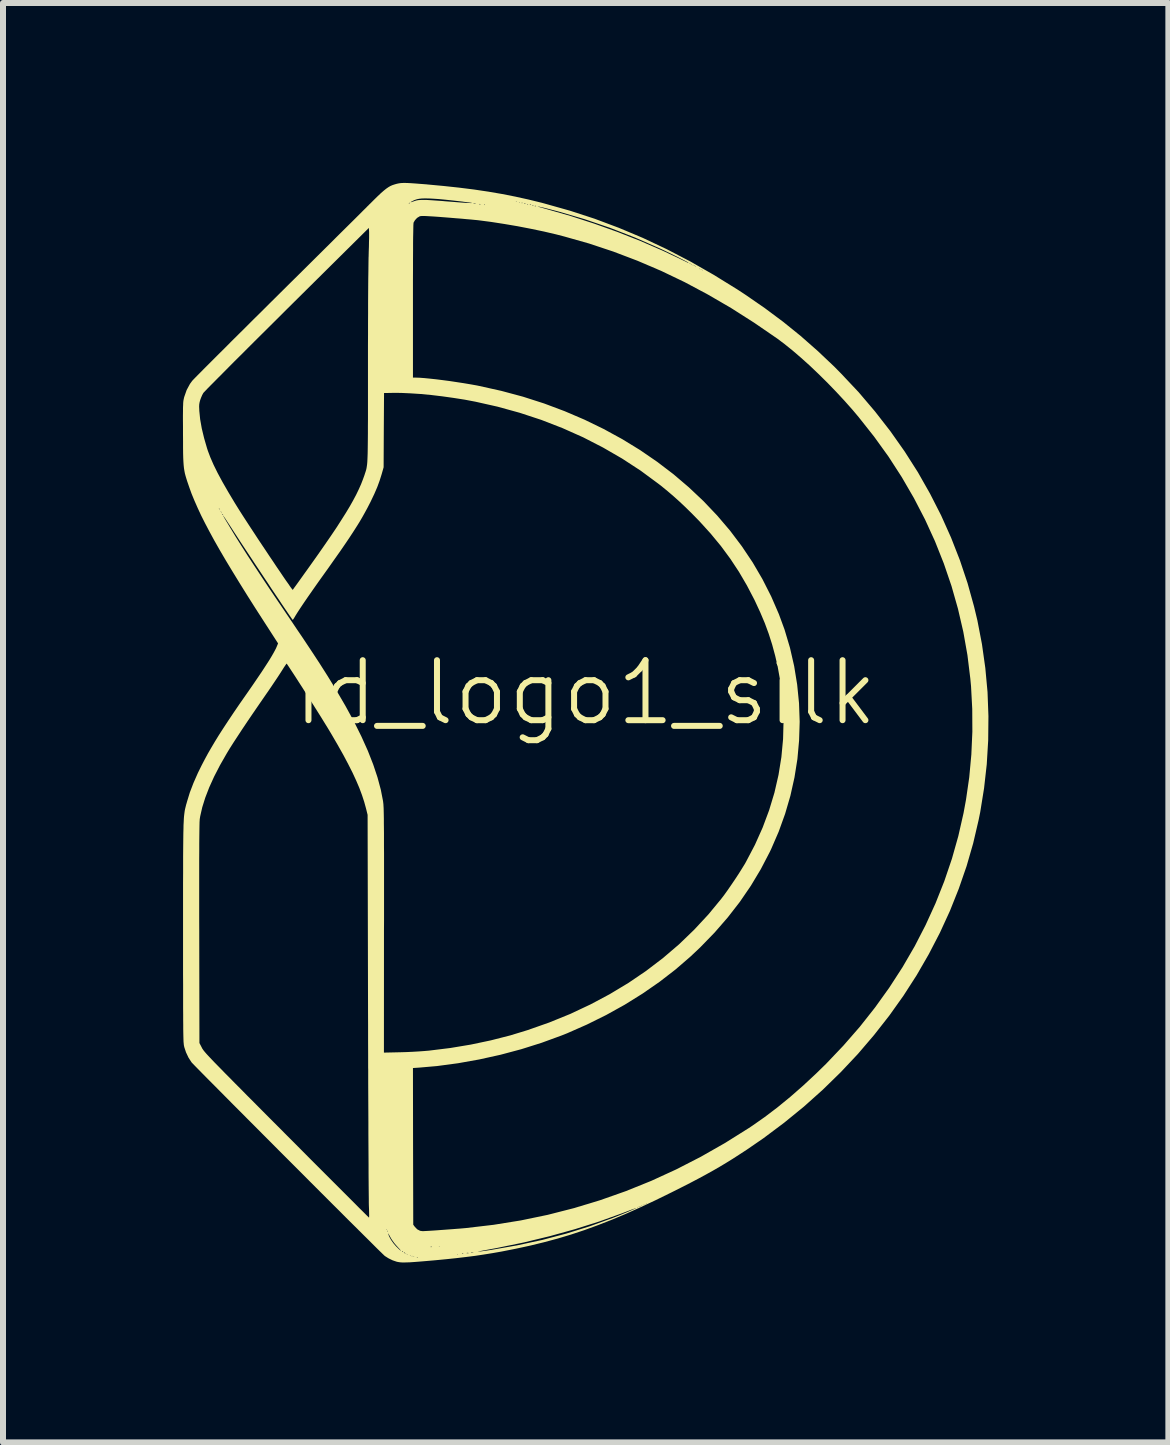
<source format=kicad_pcb>
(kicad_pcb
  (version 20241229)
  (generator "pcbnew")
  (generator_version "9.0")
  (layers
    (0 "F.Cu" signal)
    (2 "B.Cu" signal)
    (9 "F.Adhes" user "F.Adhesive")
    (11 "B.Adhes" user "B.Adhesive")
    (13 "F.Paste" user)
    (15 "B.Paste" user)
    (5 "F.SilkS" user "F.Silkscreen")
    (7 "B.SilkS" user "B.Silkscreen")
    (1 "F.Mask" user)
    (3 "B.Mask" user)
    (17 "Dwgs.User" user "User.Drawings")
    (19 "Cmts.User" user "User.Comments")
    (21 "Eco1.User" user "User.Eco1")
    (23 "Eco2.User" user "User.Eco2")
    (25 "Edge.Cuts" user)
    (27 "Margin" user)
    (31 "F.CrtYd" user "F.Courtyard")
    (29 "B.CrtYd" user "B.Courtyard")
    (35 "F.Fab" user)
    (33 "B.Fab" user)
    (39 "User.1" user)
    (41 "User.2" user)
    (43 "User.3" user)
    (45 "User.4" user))
  (footprint "id_logo1_silk"
    (layer "F.Cu")
    (at 6.712 9)
    (property "Reference" "id_logo1_silk" (at 0 -0.5 0) (unlocked yes) (layer "F.SilkS") (effects (font (size 1 1) (thickness 0.1))))
    (attr smd)
    (fp_poly (pts (xy -2.972 -8.999) (xy -2.914 -8.996) (xy -2.841 -8.991) (xy -2.753 -8.984) (xy -2.647 -8.976) (xy -2.641 -8.975) (xy -2.363 -8.949) (xy -2.103 -8.921) (xy -1.857 -8.89) (xy -1.622 -8.855) (xy -1.394 -8.816) (xy -1.171 -8.772) (xy -0.949 -8.723) (xy -0.725 -8.668) (xy -0.678 -8.655) (xy -0.259 -8.537) (xy 0.152 -8.403) (xy 0.557 -8.251) (xy 0.957 -8.083) (xy 1.353 -7.896) (xy 1.747 -7.691) (xy 2.139 -7.467) (xy 2.532 -7.224) (xy 2.666 -7.136) (xy 2.989 -6.913) (xy 3.295 -6.685) (xy 3.588 -6.448) (xy 3.871 -6.199) (xy 4.149 -5.936) (xy 4.264 -5.819) (xy 4.554 -5.511) (xy 4.826 -5.191) (xy 5.082 -4.862) (xy 5.321 -4.523) (xy 5.542 -4.176) (xy 5.744 -3.82) (xy 5.929 -3.457) (xy 6.095 -3.086) (xy 6.242 -2.71) (xy 6.37 -2.327) (xy 6.478 -1.939) (xy 6.534 -1.705) (xy 6.61 -1.31) (xy 6.666 -0.912) (xy 6.703 -0.511) (xy 6.718 -0.11) (xy 6.714 0.292) (xy 6.69 0.693) (xy 6.645 1.093) (xy 6.581 1.49) (xy 6.554 1.623) (xy 6.464 2.009) (xy 6.354 2.39) (xy 6.224 2.766) (xy 6.076 3.137) (xy 5.909 3.501) (xy 5.724 3.858) (xy 5.522 4.208) (xy 5.302 4.55) (xy 5.065 4.883) (xy 4.811 5.207) (xy 4.542 5.522) (xy 4.257 5.825) (xy 3.957 6.118) (xy 3.642 6.4) (xy 3.312 6.669) (xy 2.969 6.926) (xy 2.687 7.12) (xy 2.567 7.198) (xy 2.454 7.271) (xy 2.344 7.339) (xy 2.234 7.405) (xy 2.123 7.469) (xy 2.006 7.534) (xy 1.882 7.601) (xy 1.747 7.672) (xy 1.598 7.748) (xy 1.439 7.828) (xy 1.17 7.96) (xy 0.914 8.08) (xy 0.671 8.189) (xy 0.436 8.288) (xy 0.207 8.377) (xy -0.017 8.459) (xy -0.24 8.533) (xy -0.463 8.6) (xy -0.69 8.661) (xy -0.923 8.718) (xy -1.163 8.77) (xy -1.259 8.789) (xy -1.406 8.818) (xy -1.549 8.843) (xy -1.692 8.866) (xy -1.837 8.888) (xy -1.987 8.907) (xy -2.147 8.926) (xy -2.318 8.944) (xy -2.505 8.962) (xy -2.655 8.975) (xy -2.762 8.984) (xy -2.852 8.991) (xy -2.925 8.996) (xy -2.985 8.998) (xy -3.034 8.999) (xy -3.074 8.998) (xy -3.107 8.994) (xy -3.136 8.989) (xy -3.152 8.985) (xy -3.216 8.963) (xy -3.282 8.931) (xy -3.313 8.912) (xy -2.812 8.912) (xy -2.811 8.918) (xy -2.805 8.919) (xy -2.797 8.915) (xy -2.798 8.912) (xy -2.81 8.911) (xy -2.812 8.912) (xy -3.313 8.912) (xy -3.326 8.903) (xy -2.867 8.903) (xy -2.862 8.908) (xy -2.856 8.903) (xy -2.862 8.898) (xy -2.867 8.903) (xy -3.326 8.903) (xy -3.339 8.896) (xy -3.342 8.893) (xy -2.898 8.893) (xy -2.892 8.898) (xy -2.887 8.893) (xy -2.892 8.888) (xy -2.898 8.893) (xy -3.342 8.893) (xy -3.35 8.887) (xy -3.355 8.883) (xy -2.928 8.883) (xy -2.923 8.888) (xy -2.918 8.883) (xy -2.923 8.878) (xy -2.928 8.883) (xy -3.355 8.883) (xy -3.362 8.876) (xy -3.376 8.862) (xy -2.98 8.862) (xy -2.975 8.867) (xy -2.969 8.862) (xy -2.137 8.862) (xy -2.132 8.867) (xy -2.127 8.862) (xy -2.132 8.857) (xy -2.137 8.862) (xy -2.969 8.862) (xy -2.975 8.857) (xy -2.98 8.862) (xy -3.376 8.862) (xy -3.387 8.852) (xy -3 8.852) (xy -2.995 8.857) (xy -2.993 8.855) (xy -2.061 8.855) (xy -2.051 8.856) (xy -2.037 8.854) (xy -2.037 8.851) (xy -2.051 8.848) (xy -2.057 8.85) (xy -2.061 8.855) (xy -2.993 8.855) (xy -2.99 8.852) (xy -2.995 8.847) (xy -3 8.852) (xy -3.387 8.852) (xy -3.388 8.851) (xy -3.41 8.829) (xy -3.029 8.829) (xy -3.027 8.835) (xy -3.017 8.846) (xy -3.011 8.844) (xy -3.011 8.843) (xy -1.985 8.843) (xy -1.971 8.845) (xy -1.968 8.845) (xy -1.95 8.844) (xy -1.949 8.841) (xy -1.95 8.84) (xy -1.97 8.838) (xy -1.98 8.84) (xy -1.985 8.843) (xy -3.011 8.843) (xy -3.011 8.842) (xy -3.018 8.834) (xy -3.02 8.832) (xy -1.912 8.832) (xy -1.898 8.834) (xy -1.891 8.834) (xy -1.872 8.833) (xy -1.87 8.83) (xy -1.873 8.829) (xy -1.899 8.828) (xy -1.909 8.829) (xy -1.912 8.832) (xy -3.02 8.832) (xy -3.022 8.83) (xy -3.029 8.829) (xy -3.41 8.829) (xy -3.426 8.814) (xy -3.431 8.809) (xy -3.06 8.809) (xy -3.058 8.814) (xy -3.047 8.825) (xy -3.042 8.823) (xy -3.041 8.822) (xy -3.044 8.819) (xy -1.796 8.819) (xy -1.788 8.819) (xy -1.76 8.816) (xy -1.714 8.81) (xy -1.65 8.801) (xy -1.572 8.789) (xy -1.142 8.714) (xy -0.724 8.624) (xy -0.319 8.517) (xy 0.075 8.394) (xy 0.458 8.255) (xy 0.557 8.216) (xy 0.62 8.19) (xy 0.679 8.166) (xy 0.733 8.143) (xy 0.779 8.123) (xy 0.814 8.107) (xy 0.838 8.096) (xy 0.847 8.091) (xy 0.839 8.092) (xy 0.837 8.093) (xy 0.822 8.098) (xy 0.79 8.11) (xy 0.746 8.126) (xy 0.692 8.147) (xy 0.632 8.17) (xy 0.617 8.176) (xy 0.228 8.316) (xy -0.177 8.444) (xy -0.598 8.561) (xy -1.032 8.666) (xy -1.48 8.758) (xy -1.632 8.786) (xy -1.703 8.799) (xy -1.754 8.809) (xy -1.785 8.816) (xy -1.796 8.819) (xy -3.044 8.819) (xy -3.049 8.813) (xy -3.053 8.81) (xy -3.06 8.809) (xy -3.431 8.809) (xy -3.477 8.764) (xy -3.538 8.703) (xy -3.61 8.631) (xy -3.692 8.55) (xy -3.728 8.514) (xy -3.293 8.514) (xy -3.292 8.518) (xy -3.273 8.567) (xy -3.242 8.623) (xy -3.201 8.681) (xy -3.155 8.734) (xy -3.152 8.736) (xy -3.115 8.773) (xy -3.09 8.796) (xy -3.079 8.804) (xy -3.081 8.798) (xy -3.098 8.777) (xy -3.13 8.743) (xy -3.131 8.742) (xy -2.585 8.742) (xy -2.575 8.743) (xy -2.561 8.741) (xy -2.561 8.738) (xy -2.575 8.735) (xy -2.581 8.737) (xy -2.585 8.742) (xy -3.131 8.742) (xy -3.14 8.731) (xy -3.143 8.729) (xy -2.445 8.729) (xy -2.44 8.734) (xy -2.435 8.729) (xy -2.44 8.724) (xy -2.445 8.729) (xy -3.143 8.729) (xy -3.189 8.675) (xy -3.233 8.613) (xy -3.255 8.575) (xy -3.273 8.542) (xy -3.286 8.521) (xy -3.293 8.514) (xy -3.728 8.514) (xy -3.765 8.477) (xy -3.309 8.477) (xy -3.305 8.485) (xy -3.302 8.484) (xy -3.3 8.472) (xy -3.302 8.47) (xy -3.308 8.472) (xy -3.309 8.477) (xy -3.765 8.477) (xy -3.783 8.46) (xy -3.791 8.451) (xy -3.319 8.451) (xy -3.314 8.456) (xy -3.309 8.451) (xy -3.314 8.446) (xy -3.319 8.451) (xy -3.791 8.451) (xy -3.881 8.362) (xy -3.987 8.257) (xy -4.098 8.145) (xy -4.216 8.028) (xy -4.338 7.906) (xy -4.464 7.78) (xy -4.593 7.651) (xy -4.724 7.519) (xy -4.856 7.387) (xy -4.99 7.253) (xy -5.123 7.12) (xy -5.255 6.987) (xy -5.385 6.857) (xy -5.513 6.728) (xy -5.637 6.604) (xy -5.757 6.483) (xy -5.872 6.368) (xy -5.981 6.258) (xy -6.083 6.155) (xy -6.178 6.059) (xy -6.265 5.972) (xy -6.342 5.894) (xy -6.41 5.825) (xy -6.466 5.768) (xy -6.511 5.722) (xy -6.544 5.688) (xy -6.564 5.667) (xy -6.569 5.661) (xy -6.619 5.584) (xy -6.661 5.495) (xy -6.69 5.407) (xy -6.692 5.397) (xy -6.694 5.386) (xy -6.697 5.374) (xy -6.698 5.359) (xy -6.7 5.34) (xy -6.702 5.317) (xy -6.703 5.289) (xy -6.704 5.254) (xy -6.705 5.213) (xy -6.706 5.163) (xy -6.707 5.104) (xy -6.707 5.035) (xy -6.708 4.955) (xy -6.708 4.864) (xy -6.709 4.76) (xy -6.709 4.642) (xy -6.709 4.509) (xy -6.709 4.361) (xy -6.71 4.197) (xy -6.71 4.015) (xy -6.71 3.815) (xy -6.71 3.596) (xy -6.71 3.491) (xy -6.71 3.257) (xy -6.71 3.043) (xy -6.71 2.847) (xy -6.71 2.792) (xy -6.441 2.792) (xy -6.441 3) (xy -6.441 3.228) (xy -6.44 3.475) (xy -6.44 3.515) (xy -6.437 5.34) (xy -6.396 5.419) (xy -6.391 5.43) (xy -6.384 5.44) (xy -6.376 5.452) (xy -6.366 5.466) (xy -6.353 5.482) (xy -6.337 5.501) (xy -6.317 5.524) (xy -6.291 5.552) (xy -6.261 5.584) (xy -6.225 5.622) (xy -6.182 5.667) (xy -6.131 5.719) (xy -6.073 5.778) (xy -6.007 5.846) (xy -5.931 5.922) (xy -5.846 6.009) (xy -5.75 6.105) (xy -5.644 6.213) (xy -5.526 6.331) (xy -5.395 6.463) (xy -5.252 6.607) (xy -5.095 6.764) (xy -4.985 6.875) (xy -4.845 7.015) (xy -4.709 7.152) (xy -4.578 7.284) (xy -4.452 7.41) (xy -4.332 7.53) (xy -4.218 7.644) (xy -4.112 7.75) (xy -4.014 7.848) (xy -3.925 7.937) (xy -3.846 8.016) (xy -3.777 8.086) (xy -3.718 8.144) (xy -3.672 8.19) (xy -3.638 8.224) (xy -3.617 8.244) (xy -3.609 8.251) (xy -3.608 8.241) (xy -3.607 8.214) (xy -3.608 8.173) (xy -3.609 8.121) (xy -3.611 8.069) (xy -3.612 8.044) (xy -3.613 7.999) (xy -3.613 7.935) (xy -3.614 7.854) (xy -3.615 7.755) (xy -3.616 7.64) (xy -3.617 7.509) (xy -3.617 7.364) (xy -3.618 7.205) (xy -3.619 7.033) (xy -3.62 6.849) (xy -3.62 6.654) (xy -3.621 6.448) (xy -3.622 6.233) (xy -3.623 6.009) (xy -3.623 5.777) (xy -3.624 5.757) (xy -2.877 5.757) (xy -2.875 7.063) (xy -2.872 8.369) (xy -2.847 8.403) (xy -2.806 8.446) (xy -2.758 8.471) (xy -2.716 8.477) (xy -2.695 8.476) (xy -2.656 8.474) (xy -2.603 8.471) (xy -2.539 8.467) (xy -2.467 8.462) (xy -2.39 8.456) (xy -2.387 8.456) (xy -2.306 8.45) (xy -2.225 8.444) (xy -2.149 8.438) (xy -2.082 8.433) (xy -2.027 8.428) (xy -1.993 8.425) (xy -1.533 8.371) (xy -1.079 8.298) (xy -0.631 8.205) (xy -0.189 8.092) (xy -0.153 8.081) (xy 0.863 8.081) (xy 0.868 8.086) (xy 0.873 8.081) (xy 0.868 8.076) (xy 0.863 8.081) (xy -0.153 8.081) (xy -0.114 8.069) (xy 0.887 8.069) (xy 0.888 8.075) (xy 0.894 8.076) (xy 0.902 8.072) (xy 0.901 8.069) (xy 0.889 8.068) (xy 0.887 8.069) (xy -0.114 8.069) (xy -0.085 8.061) (xy 0.914 8.061) (xy 0.92 8.066) (xy 0.925 8.061) (xy 0.92 8.056) (xy 0.914 8.061) (xy -0.085 8.061) (xy -0.052 8.051) (xy 0.935 8.051) (xy 0.94 8.056) (xy 0.945 8.051) (xy 0.94 8.045) (xy 0.935 8.051) (xy -0.052 8.051) (xy -0.018 8.04) (xy 0.956 8.04) (xy 0.961 8.045) (xy 0.966 8.04) (xy 0.961 8.035) (xy 0.956 8.04) (xy -0.018 8.04) (xy 0.016 8.03) (xy 0.986 8.03) (xy 0.992 8.035) (xy 0.997 8.03) (xy 0.992 8.025) (xy 0.986 8.03) (xy 0.016 8.03) (xy 0.05 8.02) (xy 1.007 8.02) (xy 1.012 8.025) (xy 1.017 8.02) (xy 1.012 8.015) (xy 1.007 8.02) (xy 0.05 8.02) (xy 0.246 7.96) (xy 0.674 7.809) (xy 1.097 7.638) (xy 1.513 7.447) (xy 1.922 7.237) (xy 2.326 7.007) (xy 2.723 6.758) (xy 2.783 6.718) (xy 2.987 6.575) (xy 3.198 6.415) (xy 3.412 6.24) (xy 3.628 6.051) (xy 3.844 5.85) (xy 4.011 5.687) (xy 4.3 5.383) (xy 4.573 5.07) (xy 4.828 4.747) (xy 5.066 4.415) (xy 5.286 4.075) (xy 5.488 3.727) (xy 5.671 3.372) (xy 5.836 3.01) (xy 5.982 2.642) (xy 6.109 2.268) (xy 6.216 1.889) (xy 6.303 1.506) (xy 6.344 1.283) (xy 6.398 0.91) (xy 6.433 0.531) (xy 6.45 0.15) (xy 6.448 -0.23) (xy 6.428 -0.607) (xy 6.416 -0.735) (xy 6.368 -1.127) (xy 6.299 -1.516) (xy 6.21 -1.9) (xy 6.102 -2.28) (xy 5.974 -2.655) (xy 5.827 -3.025) (xy 5.661 -3.388) (xy 5.476 -3.745) (xy 5.273 -4.095) (xy 5.052 -4.437) (xy 4.812 -4.77) (xy 4.554 -5.096) (xy 4.454 -5.215) (xy 4.319 -5.367) (xy 4.178 -5.519) (xy 4.032 -5.67) (xy 3.884 -5.816) (xy 3.737 -5.956) (xy 3.591 -6.087) (xy 3.45 -6.208) (xy 3.317 -6.315) (xy 3.2 -6.403) (xy 2.814 -6.668) (xy 2.428 -6.914) (xy 2.041 -7.139) (xy 1.653 -7.346) (xy 1.261 -7.534) (xy 1.23 -7.547) (xy 1.942 -7.547) (xy 1.947 -7.542) (xy 1.952 -7.547) (xy 1.947 -7.552) (xy 1.942 -7.547) (xy 1.23 -7.547) (xy 1.206 -7.557) (xy 1.921 -7.557) (xy 1.927 -7.552) (xy 1.932 -7.557) (xy 1.927 -7.562) (xy 1.921 -7.557) (xy 1.206 -7.557) (xy 1.182 -7.568) (xy 1.901 -7.568) (xy 1.906 -7.562) (xy 1.911 -7.568) (xy 1.906 -7.573) (xy 1.901 -7.568) (xy 1.182 -7.568) (xy 1.086 -7.609) (xy 1.829 -7.609) (xy 1.834 -7.604) (xy 1.839 -7.609) (xy 1.834 -7.614) (xy 1.829 -7.609) (xy 1.086 -7.609) (xy 1.062 -7.619) (xy 1.808 -7.619) (xy 1.814 -7.614) (xy 1.819 -7.619) (xy 1.814 -7.624) (xy 1.808 -7.619) (xy 1.062 -7.619) (xy 1.038 -7.629) (xy 1.788 -7.629) (xy 1.793 -7.624) (xy 1.798 -7.629) (xy 1.793 -7.634) (xy 1.788 -7.629) (xy 1.038 -7.629) (xy 1.014 -7.64) (xy 1.767 -7.64) (xy 1.772 -7.634) (xy 1.778 -7.64) (xy 1.772 -7.645) (xy 1.767 -7.64) (xy 1.014 -7.64) (xy 0.99 -7.65) (xy 1.747 -7.65) (xy 1.752 -7.645) (xy 1.757 -7.65) (xy 1.752 -7.655) (xy 1.747 -7.65) (xy 0.99 -7.65) (xy 0.966 -7.66) (xy 1.726 -7.66) (xy 1.731 -7.655) (xy 1.736 -7.66) (xy 1.731 -7.665) (xy 1.726 -7.66) (xy 0.966 -7.66) (xy 0.865 -7.703) (xy 0.465 -7.855) (xy 0.059 -7.99) (xy -0.354 -8.107) (xy -0.493 -8.143) (xy -0.694 -8.19) (xy -0.909 -8.235) (xy -1.131 -8.278) (xy -1.355 -8.316) (xy -1.574 -8.35) (xy -1.781 -8.377) (xy -1.808 -8.38) (xy -1.85 -8.384) (xy -1.91 -8.39) (xy -1.983 -8.396) (xy -2.067 -8.404) (xy -2.158 -8.411) (xy -2.252 -8.419) (xy -2.34 -8.426) (xy -2.442 -8.434) (xy -2.526 -8.44) (xy -2.593 -8.444) (xy -2.646 -8.447) (xy -2.686 -8.449) (xy -2.716 -8.449) (xy -2.738 -8.448) (xy -2.754 -8.446) (xy -2.765 -8.443) (xy -2.767 -8.442) (xy -2.808 -8.417) (xy -2.843 -8.379) (xy -2.866 -8.34) (xy -2.868 -8.326) (xy -2.87 -8.295) (xy -2.871 -8.247) (xy -2.872 -8.18) (xy -2.874 -8.095) (xy -2.875 -7.992) (xy -2.875 -7.87) (xy -2.876 -7.728) (xy -2.876 -7.567) (xy -2.877 -7.387) (xy -2.877 -7.186) (xy -2.877 -7.033) (xy -2.877 -5.754) (xy -2.823 -5.754) (xy -2.763 -5.752) (xy -2.685 -5.746) (xy -2.594 -5.737) (xy -2.491 -5.726) (xy -2.38 -5.712) (xy -2.265 -5.697) (xy -2.147 -5.679) (xy -2.029 -5.661) (xy -1.916 -5.642) (xy -1.81 -5.623) (xy -1.772 -5.615) (xy -1.403 -5.533) (xy -1.042 -5.436) (xy -0.69 -5.323) (xy -0.349 -5.195) (xy -0.017 -5.053) (xy 0.304 -4.897) (xy 0.613 -4.728) (xy 0.91 -4.546) (xy 1.194 -4.351) (xy 1.466 -4.144) (xy 1.723 -3.925) (xy 1.967 -3.695) (xy 2.195 -3.455) (xy 2.409 -3.204) (xy 2.606 -2.943) (xy 2.787 -2.673) (xy 2.95 -2.394) (xy 3.096 -2.106) (xy 3.224 -1.811) (xy 3.319 -1.552) (xy 3.409 -1.25) (xy 3.479 -0.944) (xy 3.529 -0.636) (xy 3.56 -0.326) (xy 3.571 -0.016) (xy 3.561 0.295) (xy 3.533 0.605) (xy 3.484 0.913) (xy 3.416 1.218) (xy 3.328 1.519) (xy 3.221 1.816) (xy 3.095 2.107) (xy 3.073 2.153) (xy 2.923 2.441) (xy 2.757 2.718) (xy 2.573 2.987) (xy 2.371 3.247) (xy 2.152 3.499) (xy 1.913 3.745) (xy 1.752 3.897) (xy 1.501 4.114) (xy 1.233 4.321) (xy 0.95 4.517) (xy 0.653 4.702) (xy 0.343 4.874) (xy 0.022 5.033) (xy -0.307 5.178) (xy -0.403 5.216) (xy -0.731 5.336) (xy -1.07 5.443) (xy -1.418 5.536) (xy -1.771 5.614) (xy -2.124 5.677) (xy -2.475 5.724) (xy -2.772 5.75) (xy -2.877 5.757) (xy -3.624 5.757) (xy -3.624 5.538) (xy -3.625 5.292) (xy -3.625 5.042) (xy -3.626 4.787) (xy -3.626 4.711) (xy -3.633 1.536) (xy -3.66 1.427) (xy -3.69 1.318) (xy -3.727 1.205) (xy -3.771 1.087) (xy -3.824 0.963) (xy -3.885 0.831) (xy -3.957 0.689) (xy -4.038 0.536) (xy -4.131 0.371) (xy -4.235 0.192) (xy -4.298 0.087) (xy -4.329 0.037) (xy -4.366 -0.023) (xy -4.409 -0.093) (xy -4.457 -0.169) (xy -4.508 -0.25) (xy -4.561 -0.334) (xy -4.616 -0.421) (xy -4.671 -0.507) (xy -4.724 -0.591) (xy -4.776 -0.671) (xy -4.824 -0.746) (xy -4.868 -0.814) (xy -4.907 -0.873) (xy -4.939 -0.922) (xy -4.963 -0.958) (xy -4.978 -0.98) (xy -4.983 -0.986) (xy -4.99 -0.978) (xy -5.006 -0.955) (xy -5.029 -0.921) (xy -5.056 -0.878) (xy -5.074 -0.85) (xy -5.103 -0.805) (xy -5.141 -0.747) (xy -5.186 -0.68) (xy -5.235 -0.607) (xy -5.286 -0.532) (xy -5.336 -0.46) (xy -5.338 -0.457) (xy -5.443 -0.305) (xy -5.543 -0.159) (xy -5.637 -0.021) (xy -5.724 0.109) (xy -5.802 0.228) (xy -5.872 0.335) (xy -5.931 0.428) (xy -5.979 0.507) (xy -5.98 0.509) (xy -6.094 0.708) (xy -6.192 0.898) (xy -6.274 1.079) (xy -6.34 1.25) (xy -6.39 1.41) (xy -6.424 1.559) (xy -6.432 1.608) (xy -6.433 1.626) (xy -6.435 1.657) (xy -6.436 1.701) (xy -6.437 1.759) (xy -6.438 1.832) (xy -6.439 1.92) (xy -6.44 2.023) (xy -6.44 2.142) (xy -6.441 2.279) (xy -6.441 2.432) (xy -6.441 2.603) (xy -6.441 2.792) (xy -6.71 2.792) (xy -6.71 2.669) (xy -6.709 2.508) (xy -6.709 2.363) (xy -6.709 2.232) (xy -6.708 2.115) (xy -6.707 2.011) (xy -6.706 1.919) (xy -6.705 1.838) (xy -6.703 1.767) (xy -6.702 1.705) (xy -6.699 1.651) (xy -6.697 1.604) (xy -6.694 1.563) (xy -6.69 1.527) (xy -6.686 1.496) (xy -6.682 1.468) (xy -6.677 1.442) (xy -6.671 1.417) (xy -6.665 1.393) (xy -6.659 1.368) (xy -6.651 1.342) (xy -6.643 1.313) (xy -6.597 1.163) (xy -6.537 1.006) (xy -6.463 0.838) (xy -6.402 0.714) (xy -6.351 0.616) (xy -6.298 0.518) (xy -6.241 0.419) (xy -6.18 0.316) (xy -6.113 0.207) (xy -6.039 0.092) (xy -5.957 -0.033) (xy -5.866 -0.169) (xy -5.765 -0.317) (xy -5.656 -0.473) (xy -5.556 -0.617) (xy -5.468 -0.746) (xy -5.391 -0.86) (xy -5.326 -0.96) (xy -5.27 -1.047) (xy -5.225 -1.122) (xy -5.189 -1.186) (xy -5.161 -1.239) (xy -5.143 -1.281) (xy -5.126 -1.323) (xy -5.344 -1.661) (xy -5.498 -1.9) (xy -5.64 -2.124) (xy -5.77 -2.333) (xy -5.89 -2.529) (xy -6 -2.711) (xy -6.1 -2.882) (xy -6.191 -3.042) (xy -6.272 -3.191) (xy -6.346 -3.332) (xy -6.409 -3.457) (xy -6.044 -3.457) (xy -6.04 -3.448) (xy -6.026 -3.422) (xy -6 -3.378) (xy -5.963 -3.317) (xy -5.916 -3.238) (xy -5.915 -3.237) (xy -5.831 -3.099) (xy -5.738 -2.951) (xy -5.636 -2.791) (xy -5.524 -2.62) (xy -5.402 -2.435) (xy -5.269 -2.235) (xy -5.124 -2.02) (xy -5.102 -1.988) (xy -4.994 -1.828) (xy -4.896 -1.684) (xy -4.809 -1.554) (xy -4.729 -1.437) (xy -4.658 -1.33) (xy -4.594 -1.234) (xy -4.536 -1.146) (xy -4.483 -1.065) (xy -4.433 -0.989) (xy -4.388 -0.918) (xy -4.344 -0.849) (xy -4.301 -0.781) (xy -4.259 -0.713) (xy -4.217 -0.644) (xy -4.173 -0.571) (xy -4.159 -0.549) (xy -4.001 -0.278) (xy -3.859 -0.018) (xy -3.736 0.23) (xy -3.629 0.468) (xy -3.54 0.695) (xy -3.468 0.911) (xy -3.413 1.116) (xy -3.375 1.31) (xy -3.375 1.314) (xy -3.373 1.329) (xy -3.371 1.346) (xy -3.369 1.366) (xy -3.368 1.39) (xy -3.366 1.42) (xy -3.365 1.455) (xy -3.364 1.498) (xy -3.363 1.548) (xy -3.362 1.606) (xy -3.362 1.674) (xy -3.361 1.753) (xy -3.36 1.842) (xy -3.36 1.944) (xy -3.36 2.058) (xy -3.359 2.187) (xy -3.359 2.33) (xy -3.359 2.489) (xy -3.359 2.664) (xy -3.359 2.857) (xy -3.359 3.067) (xy -3.359 3.297) (xy -3.36 3.462) (xy -3.361 5.5) (xy -3.086 5.494) (xy -2.983 5.491) (xy -2.877 5.486) (xy -2.774 5.48) (xy -2.68 5.473) (xy -2.61 5.467) (xy -2.253 5.423) (xy -1.911 5.366) (xy -1.579 5.296) (xy -1.254 5.213) (xy -0.966 5.125) (xy -0.605 4.998) (xy -0.256 4.856) (xy 0.08 4.698) (xy 0.403 4.526) (xy 0.714 4.339) (xy 1.01 4.138) (xy 1.292 3.923) (xy 1.56 3.694) (xy 1.812 3.451) (xy 2.049 3.196) (xy 2.261 2.939) (xy 2.313 2.871) (xy 2.371 2.79) (xy 2.433 2.7) (xy 2.496 2.607) (xy 2.557 2.514) (xy 2.612 2.426) (xy 2.66 2.348) (xy 2.677 2.317) (xy 2.825 2.035) (xy 2.953 1.749) (xy 3.061 1.46) (xy 3.15 1.166) (xy 3.218 0.87) (xy 3.266 0.572) (xy 3.294 0.272) (xy 3.302 -0.029) (xy 3.29 -0.331) (xy 3.258 -0.634) (xy 3.204 -0.936) (xy 3.163 -1.114) (xy 3.112 -1.303) (xy 3.055 -1.482) (xy 2.99 -1.659) (xy 2.914 -1.839) (xy 2.827 -2.027) (xy 2.816 -2.05) (xy 2.69 -2.291) (xy 2.557 -2.518) (xy 2.413 -2.736) (xy 2.258 -2.946) (xy 2.087 -3.153) (xy 1.901 -3.358) (xy 1.773 -3.489) (xy 1.665 -3.595) (xy 1.564 -3.69) (xy 1.467 -3.777) (xy 1.369 -3.861) (xy 1.264 -3.947) (xy 1.212 -3.987) (xy 0.919 -4.203) (xy 0.611 -4.404) (xy 0.291 -4.589) (xy -0.04 -4.759) (xy -0.383 -4.912) (xy -0.736 -5.049) (xy -1.098 -5.168) (xy -1.468 -5.27) (xy -1.837 -5.353) (xy -2.017 -5.387) (xy -2.202 -5.416) (xy -2.388 -5.442) (xy -2.571 -5.464) (xy -2.75 -5.481) (xy -2.919 -5.492) (xy -3.076 -5.499) (xy -3.217 -5.5) (xy -3.234 -5.499) (xy -3.359 -5.497) (xy -3.363 -4.878) (xy -3.366 -4.259) (xy -3.398 -4.146) (xy -3.432 -4.038) (xy -3.472 -3.929) (xy -3.522 -3.813) (xy -3.582 -3.687) (xy -3.597 -3.658) (xy -3.637 -3.58) (xy -3.679 -3.503) (xy -3.722 -3.426) (xy -3.769 -3.346) (xy -3.821 -3.263) (xy -3.878 -3.174) (xy -3.941 -3.078) (xy -4.012 -2.973) (xy -4.091 -2.858) (xy -4.181 -2.731) (xy -4.28 -2.59) (xy -4.348 -2.495) (xy -4.451 -2.351) (xy -4.543 -2.22) (xy -4.624 -2.104) (xy -4.694 -2.002) (xy -4.753 -1.914) (xy -4.8 -1.842) (xy -4.835 -1.786) (xy -4.85 -1.76) (xy -4.866 -1.734) (xy -4.878 -1.718) (xy -4.883 -1.716) (xy -4.889 -1.724) (xy -4.906 -1.748) (xy -4.933 -1.787) (xy -4.968 -1.838) (xy -5.011 -1.901) (xy -5.06 -1.973) (xy -5.114 -2.055) (xy -5.174 -2.143) (xy -5.237 -2.237) (xy -5.302 -2.336) (xy -5.37 -2.437) (xy -5.438 -2.54) (xy -5.507 -2.643) (xy -5.574 -2.745) (xy -5.639 -2.843) (xy -5.702 -2.938) (xy -5.76 -3.026) (xy -5.813 -3.108) (xy -5.861 -3.181) (xy -5.9 -3.242) (xy -5.951 -3.32) (xy -5.99 -3.38) (xy -6.019 -3.423) (xy -6.037 -3.449) (xy -6.044 -3.457) (xy -6.409 -3.457) (xy -6.412 -3.464) (xy -6.42 -3.48) (xy -6.061 -3.48) (xy -6.058 -3.475) (xy -6.048 -3.464) (xy -6.042 -3.466) (xy -6.042 -3.467) (xy -6.049 -3.476) (xy -6.054 -3.479) (xy -6.061 -3.48) (xy -6.42 -3.48) (xy -6.428 -3.499) (xy -6.073 -3.499) (xy -6.067 -3.494) (xy -6.062 -3.499) (xy -6.067 -3.504) (xy -6.073 -3.499) (xy -6.428 -3.499) (xy -6.438 -3.519) (xy -6.083 -3.519) (xy -6.078 -3.514) (xy -6.073 -3.519) (xy -6.078 -3.524) (xy -6.083 -3.519) (xy -6.438 -3.519) (xy -6.452 -3.55) (xy -6.103 -3.55) (xy -6.098 -3.545) (xy -6.093 -3.55) (xy -6.098 -3.555) (xy -6.103 -3.55) (xy -6.452 -3.55) (xy -6.462 -3.571) (xy -6.114 -3.571) (xy -6.109 -3.565) (xy -6.103 -3.571) (xy -6.109 -3.576) (xy -6.114 -3.571) (xy -6.462 -3.571) (xy -6.47 -3.589) (xy -6.522 -3.707) (xy -6.568 -3.819) (xy -6.607 -3.927) (xy -6.622 -3.971) (xy -6.641 -4.026) (xy -6.656 -4.074) (xy -6.669 -4.118) (xy -6.68 -4.16) (xy -6.688 -4.202) (xy -6.695 -4.246) (xy -6.7 -4.295) (xy -6.704 -4.351) (xy -6.707 -4.416) (xy -6.709 -4.492) (xy -6.71 -4.582) (xy -6.71 -4.687) (xy -6.711 -4.81) (xy -6.711 -4.829) (xy -6.711 -4.946) (xy -6.712 -5.045) (xy -6.712 -5.126) (xy -6.711 -5.193) (xy -6.711 -5.247) (xy -6.71 -5.274) (xy -6.442 -5.274) (xy -6.44 -5.228) (xy -6.439 -5.2) (xy -6.425 -5.06) (xy -6.398 -4.907) (xy -6.359 -4.745) (xy -6.31 -4.576) (xy -6.297 -4.536) (xy -6.256 -4.427) (xy -6.202 -4.303) (xy -6.134 -4.165) (xy -6.052 -4.013) (xy -5.956 -3.846) (xy -5.847 -3.664) (xy -5.778 -3.553) (xy -5.738 -3.49) (xy -5.691 -3.417) (xy -5.639 -3.337) (xy -5.583 -3.251) (xy -5.523 -3.16) (xy -5.461 -3.065) (xy -5.397 -2.969) (xy -5.332 -2.872) (xy -5.269 -2.777) (xy -5.206 -2.684) (xy -5.147 -2.595) (xy -5.09 -2.512) (xy -5.039 -2.436) (xy -4.993 -2.369) (xy -4.953 -2.313) (xy -4.922 -2.267) (xy -4.898 -2.235) (xy -4.885 -2.218) (xy -4.881 -2.216) (xy -4.874 -2.225) (xy -4.856 -2.251) (xy -4.828 -2.289) (xy -4.792 -2.339) (xy -4.749 -2.399) (xy -4.7 -2.468) (xy -4.646 -2.543) (xy -4.591 -2.62) (xy -4.464 -2.799) (xy -4.349 -2.964) (xy -4.245 -3.115) (xy -4.152 -3.253) (xy -4.07 -3.381) (xy -3.996 -3.498) (xy -3.931 -3.606) (xy -3.874 -3.707) (xy -3.824 -3.801) (xy -3.781 -3.89) (xy -3.743 -3.975) (xy -3.711 -4.057) (xy -3.684 -4.132) (xy -3.677 -4.155) (xy -3.67 -4.175) (xy -3.664 -4.194) (xy -3.658 -4.214) (xy -3.653 -4.234) (xy -3.649 -4.256) (xy -3.645 -4.282) (xy -3.641 -4.312) (xy -3.638 -4.347) (xy -3.636 -4.388) (xy -3.634 -4.436) (xy -3.632 -4.493) (xy -3.631 -4.559) (xy -3.63 -4.636) (xy -3.629 -4.724) (xy -3.628 -4.825) (xy -3.628 -4.939) (xy -3.627 -5.068) (xy -3.627 -5.213) (xy -3.627 -5.374) (xy -3.627 -5.553) (xy -3.627 -5.751) (xy -3.627 -5.896) (xy -3.627 -6.093) (xy -3.627 -6.286) (xy -3.626 -6.473) (xy -3.626 -6.654) (xy -3.625 -6.827) (xy -3.625 -6.99) (xy -3.624 -7.143) (xy -3.623 -7.283) (xy -3.622 -7.41) (xy -3.62 -7.523) (xy -3.619 -7.619) (xy -3.618 -7.698) (xy -3.617 -7.758) (xy -3.616 -7.773) (xy -3.614 -7.858) (xy -3.611 -7.94) (xy -3.61 -8.015) (xy -3.608 -8.08) (xy -3.608 -8.133) (xy -3.608 -8.169) (xy -3.608 -8.181) (xy -3.612 -8.25) (xy -4.977 -6.897) (xy -5.117 -6.757) (xy -5.254 -6.621) (xy -5.386 -6.49) (xy -5.514 -6.363) (xy -5.635 -6.242) (xy -5.75 -6.127) (xy -5.858 -6.02) (xy -5.957 -5.92) (xy -6.047 -5.829) (xy -6.128 -5.748) (xy -6.199 -5.676) (xy -6.259 -5.616) (xy -6.307 -5.567) (xy -6.342 -5.53) (xy -6.364 -5.507) (xy -6.372 -5.498) (xy -6.391 -5.463) (xy -6.41 -5.419) (xy -6.424 -5.381) (xy -6.434 -5.344) (xy -6.44 -5.31) (xy -6.442 -5.274) (xy -6.71 -5.274) (xy -6.709 -5.291) (xy -6.708 -5.325) (xy -6.706 -5.353) (xy -6.703 -5.375) (xy -6.699 -5.395) (xy -6.695 -5.413) (xy -6.691 -5.43) (xy -6.65 -5.547) (xy -6.595 -5.649) (xy -6.557 -5.701) (xy -6.545 -5.714) (xy -6.519 -5.741) (xy -6.48 -5.781) (xy -6.428 -5.833) (xy -6.365 -5.897) (xy -6.291 -5.971) (xy -6.207 -6.055) (xy -6.114 -6.148) (xy -6.012 -6.249) (xy -5.903 -6.359) (xy -5.787 -6.474) (xy -5.664 -6.596) (xy -5.536 -6.724) (xy -5.403 -6.855) (xy -5.267 -6.991) (xy -5.189 -7.068) (xy -5.047 -7.209) (xy -4.906 -7.349) (xy -4.767 -7.486) (xy -4.632 -7.62) (xy -4.5 -7.751) (xy -4.374 -7.876) (xy -4.254 -7.995) (xy -4.141 -8.108) (xy -4.035 -8.213) (xy -3.938 -8.309) (xy -3.851 -8.395) (xy -3.775 -8.471) (xy -3.71 -8.536) (xy -3.657 -8.588) (xy -3.637 -8.609) (xy -0.798 -8.609) (xy -0.794 -8.606) (xy -0.771 -8.598) (xy -0.728 -8.586) (xy -0.666 -8.568) (xy -0.647 -8.563) (xy -0.249 -8.449) (xy 0.146 -8.321) (xy 0.535 -8.182) (xy 0.915 -8.032) (xy 1.281 -7.873) (xy 1.557 -7.743) (xy 1.615 -7.714) (xy 1.657 -7.694) (xy 1.685 -7.68) (xy 1.703 -7.671) (xy 1.712 -7.667) (xy 1.716 -7.667) (xy 1.716 -7.668) (xy 1.716 -7.67) (xy 1.707 -7.677) (xy 1.682 -7.69) (xy 1.644 -7.71) (xy 1.595 -7.735) (xy 1.539 -7.764) (xy 1.476 -7.795) (xy 1.411 -7.827) (xy 1.346 -7.858) (xy 1.283 -7.888) (xy 1.24 -7.908) (xy 0.829 -8.088) (xy 0.41 -8.251) (xy -0.016 -8.396) (xy -0.445 -8.522) (xy -0.625 -8.569) (xy -0.696 -8.587) (xy -0.749 -8.599) (xy -0.783 -8.606) (xy -0.798 -8.609) (xy -3.637 -8.609) (xy -3.633 -8.613) (xy -0.848 -8.613) (xy -0.838 -8.611) (xy -0.825 -8.613) (xy -0.825 -8.617) (xy -0.839 -8.619) (xy -0.844 -8.618) (xy -0.848 -8.613) (xy -3.633 -8.613) (xy -3.622 -8.623) (xy -0.889 -8.623) (xy -0.879 -8.622) (xy -0.866 -8.623) (xy -0.866 -8.627) (xy -0.88 -8.629) (xy -0.886 -8.628) (xy -0.889 -8.623) (xy -3.622 -8.623) (xy -3.618 -8.627) (xy -3.61 -8.636) (xy -3.608 -8.638) (xy -1.692 -8.638) (xy -1.691 -8.632) (xy -1.685 -8.631) (xy -1.68 -8.634) (xy -0.931 -8.634) (xy -0.92 -8.632) (xy -0.907 -8.634) (xy -0.907 -8.637) (xy -0.921 -8.64) (xy -0.927 -8.638) (xy -0.931 -8.634) (xy -1.68 -8.634) (xy -1.677 -8.635) (xy -1.678 -8.638) (xy -1.69 -8.639) (xy -1.692 -8.638) (xy -3.608 -8.638) (xy -3.602 -8.644) (xy -1.773 -8.644) (xy -1.763 -8.642) (xy -1.75 -8.644) (xy -1.75 -8.648) (xy -1.753 -8.648) (xy -0.973 -8.648) (xy -0.971 -8.642) (xy -0.966 -8.641) (xy -0.957 -8.645) (xy -0.959 -8.648) (xy -0.971 -8.649) (xy -0.973 -8.648) (xy -1.753 -8.648) (xy -1.763 -8.65) (xy -1.769 -8.648) (xy -1.773 -8.644) (xy -3.602 -8.644) (xy -3.593 -8.652) (xy -2.946 -8.652) (xy -2.945 -8.652) (xy -2.94 -8.656) (xy -1.871 -8.656) (xy -1.856 -8.654) (xy -1.85 -8.654) (xy -1.848 -8.654) (xy -1.023 -8.654) (xy -1.013 -8.652) (xy -1 -8.654) (xy -0.999 -8.658) (xy -1.013 -8.66) (xy -1.019 -8.659) (xy -1.023 -8.654) (xy -1.848 -8.654) (xy -1.831 -8.655) (xy -1.829 -8.658) (xy -1.832 -8.659) (xy -1.858 -8.66) (xy -1.867 -8.659) (xy -1.871 -8.656) (xy -2.94 -8.656) (xy -2.936 -8.659) (xy -2.934 -8.662) (xy -2.931 -8.671) (xy -2.932 -8.672) (xy -2.942 -8.665) (xy -2.944 -8.662) (xy -2.946 -8.652) (xy -3.593 -8.652) (xy -3.568 -8.677) (xy -2.915 -8.677) (xy -2.9 -8.681) (xy -2.868 -8.692) (xy -2.842 -8.701) (xy -2.814 -8.709) (xy -2.783 -8.714) (xy -2.745 -8.716) (xy -2.7 -8.717) (xy -2.644 -8.716) (xy -2.575 -8.712) (xy -2.492 -8.706) (xy -2.391 -8.699) (xy -2.338 -8.694) (xy -2.219 -8.685) (xy -2.12 -8.677) (xy -2.04 -8.671) (xy -1.979 -8.667) (xy -1.934 -8.665) (xy -1.906 -8.664) (xy -1.894 -8.665) (xy -1.896 -8.667) (xy -1.903 -8.669) (xy -1.065 -8.669) (xy -1.064 -8.663) (xy -1.058 -8.662) (xy -1.05 -8.666) (xy -1.051 -8.669) (xy -1.064 -8.67) (xy -1.065 -8.669) (xy -1.903 -8.669) (xy -1.909 -8.67) (xy -1.939 -8.674) (xy -1.964 -8.677) (xy -1.11 -8.677) (xy -1.105 -8.672) (xy -1.099 -8.677) (xy -1.105 -8.682) (xy -1.11 -8.677) (xy -1.964 -8.677) (xy -1.982 -8.68) (xy -2.035 -8.686) (xy -2.046 -8.688) (xy -1.161 -8.688) (xy -1.156 -8.682) (xy -1.151 -8.688) (xy -1.156 -8.693) (xy -1.161 -8.688) (xy -2.046 -8.688) (xy -2.081 -8.692) (xy -2.22 -8.708) (xy -2.342 -8.721) (xy -2.446 -8.731) (xy -2.535 -8.737) (xy -2.61 -8.741) (xy -2.673 -8.742) (xy -2.726 -8.741) (xy -2.771 -8.736) (xy -2.808 -8.729) (xy -2.841 -8.718) (xy -2.859 -8.711) (xy -2.894 -8.693) (xy -2.913 -8.682) (xy -2.915 -8.677) (xy -3.568 -8.677) (xy -3.532 -8.713) (xy -3.467 -8.777) (xy -3.412 -8.829) (xy -3.365 -8.87) (xy -3.324 -8.903) (xy -3.288 -8.928) (xy -3.254 -8.948) (xy -3.22 -8.963) (xy -3.184 -8.975) (xy -3.149 -8.985) (xy -3.122 -8.991) (xy -3.093 -8.996) (xy -3.06 -8.999) (xy -3.02 -9)) (stroke (width 0) (type solid)) (fill yes) (layer "F.SilkS")))
  (gr_rect
    (start -3 -3)
    (end 16.43 20.999)
    (stroke (width 0.1) (type default))
    (fill no)
    (layer "Edge.Cuts")))
</source>
